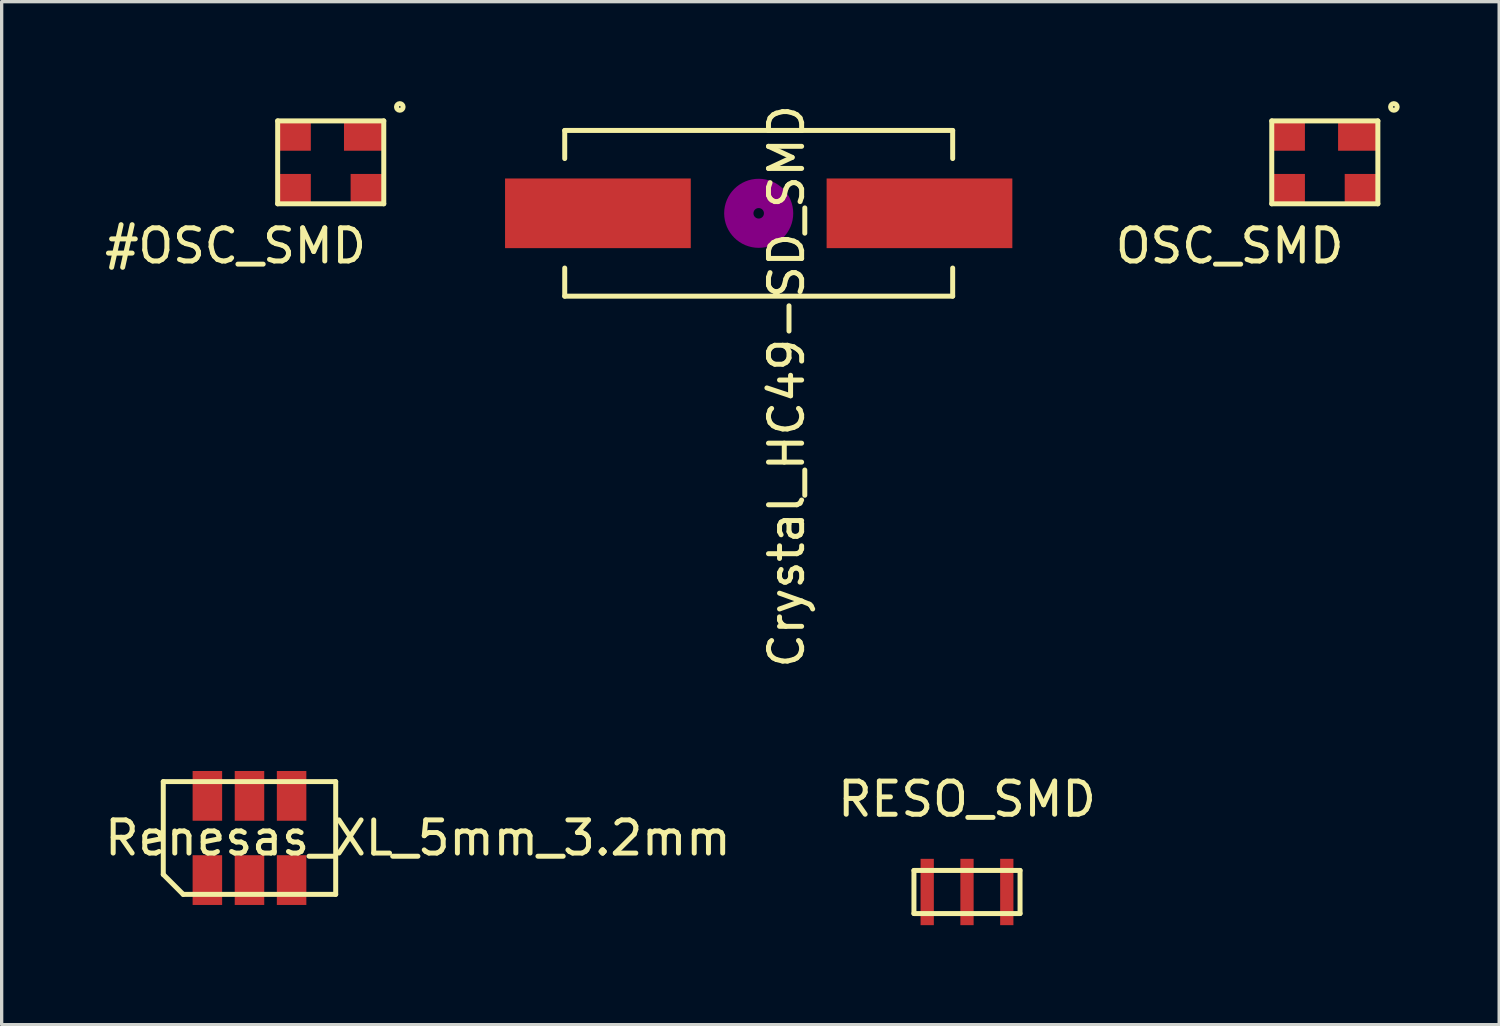
<source format=kicad_pcb>
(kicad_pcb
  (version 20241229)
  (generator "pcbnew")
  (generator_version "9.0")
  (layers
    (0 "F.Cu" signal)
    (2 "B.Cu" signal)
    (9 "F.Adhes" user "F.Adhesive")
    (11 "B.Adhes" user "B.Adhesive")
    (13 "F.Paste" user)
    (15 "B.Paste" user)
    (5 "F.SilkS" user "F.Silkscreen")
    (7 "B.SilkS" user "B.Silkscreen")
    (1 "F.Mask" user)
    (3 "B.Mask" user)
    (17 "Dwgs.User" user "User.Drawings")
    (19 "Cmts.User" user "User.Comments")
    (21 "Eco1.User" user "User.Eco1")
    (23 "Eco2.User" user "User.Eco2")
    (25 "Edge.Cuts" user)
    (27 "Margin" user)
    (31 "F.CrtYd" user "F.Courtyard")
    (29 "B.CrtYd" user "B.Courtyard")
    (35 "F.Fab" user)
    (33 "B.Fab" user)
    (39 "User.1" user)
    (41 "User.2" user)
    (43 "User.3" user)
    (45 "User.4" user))
  (footprint "Crystal_HC49-SD_SMD"
    (layer "F.Cu")
    (at 19.831 3.383)
    (property "Reference" "Crystal_HC49-SD_SMD" (at 0.84 5.218 90) (layer "F.SilkS") (effects (font (size 1 1) (thickness 0.15))))
    (attr smd)
    (fp_line (start -5.85 -2.499) (end -5.85 -1.651) (stroke (width 0.15) (type solid)) (layer "F.SilkS"))
    (fp_line (start -5.85 2.499) (end -5.85 1.651) (stroke (width 0.15) (type solid)) (layer "F.SilkS"))
    (fp_line (start -5.85 2.499) (end 5.85 2.499) (stroke (width 0.15) (type solid)) (layer "F.SilkS"))
    (fp_line (start 5.85 -2.499) (end -5.85 -2.499) (stroke (width 0.15) (type solid)) (layer "F.SilkS"))
    (fp_line (start 5.85 -2.499) (end 5.85 -1.651) (stroke (width 0.15) (type solid)) (layer "F.SilkS"))
    (fp_line (start 5.85 2.499) (end 5.85 1.651) (stroke (width 0.15) (type solid)) (layer "F.SilkS"))
    (fp_circle (center 0 0) (end 0.15 0.051) (stroke (width 0.381) (type solid)) (fill no) (layer "F.Adhes"))
    (fp_circle (center 0 0) (end 0.5 0) (stroke (width 0.381) (type solid)) (fill no) (layer "F.Adhes"))
    (fp_circle (center 0 0) (end 0.851 0) (stroke (width 0.381) (type solid)) (fill no) (layer "F.Adhes"))
    (pad "1" smd rect (at -4.849 0) (size 5.601 2.101) (layers "F.Cu" "F.Mask" "F.Paste"))
    (pad "2" smd rect (at 4.849 0) (size 5.601 2.101) (layers "F.Cu" "F.Mask" "F.Paste")))
  (footprint "OSC_SMD"
    (layer "F.Cu")
    (at 35.304 3.096)
    (property "Reference" "OSC_SMD" (at -1.27 1.27 0) (layer "F.SilkS") (effects (font (size 1 1) (thickness 0.15))))
    (attr through_hole)
    (fp_line (start 0 -2.5) (end 3.2 -2.5) (stroke (width 0.15) (type solid)) (layer "F.SilkS"))
    (fp_line (start 0 0) (end 0 -2.5) (stroke (width 0.15) (type solid)) (layer "F.SilkS"))
    (fp_line (start 3.2 -2.5) (end 3.2 0) (stroke (width 0.15) (type solid)) (layer "F.SilkS"))
    (fp_line (start 3.2 0) (end 0 0) (stroke (width 0.15) (type solid)) (layer "F.SilkS"))
    (fp_circle (center 3.683 -2.921) (end 3.683 -3.021) (stroke (width 0.15) (type solid)) (fill no) (layer "F.SilkS"))
    (pad "1" smd rect (at 2.6 -2.05 180) (size 1.2 0.9) (layers "F.Cu" "F.Mask" "F.Paste"))
    (pad "2" smd rect (at 0.5 -2.05) (size 1 0.9) (layers "F.Cu" "F.Mask" "F.Paste"))
    (pad "3" smd rect (at 2.7 -0.45) (size 1 0.9) (layers "F.Cu" "F.Mask" "F.Paste"))
    (pad "4" smd rect (at 0.5 -0.45) (size 1 0.9) (layers "F.Cu" "F.Mask" "F.Paste")))
  (footprint "RESO_SMD"
    (layer "F.Cu")
    (at 26.113 23.851)
    (property "Reference" "RESO_SMD" (at 0 -2.8 0) (layer "F.SilkS") (effects (font (size 1 1) (thickness 0.15))))
    (attr through_hole)
    (fp_line (start -1.6 -0.65) (end -1.6 0.65) (stroke (width 0.15) (type solid)) (layer "F.SilkS"))
    (fp_line (start -1.6 0.65) (end 1.6 0.65) (stroke (width 0.15) (type solid)) (layer "F.SilkS"))
    (fp_line (start 1.6 -0.65) (end -1.6 -0.65) (stroke (width 0.15) (type solid)) (layer "F.SilkS"))
    (fp_line (start 1.6 0.65) (end 1.6 -0.65) (stroke (width 0.15) (type solid)) (layer "F.SilkS"))
    (pad "1" smd rect (at -1.2 0) (size 0.4 2) (layers "F.Cu" "F.Mask" "F.Paste"))
    (pad "2" smd rect (at 1.2 0) (size 0.4 2) (layers "F.Cu" "F.Mask" "F.Paste"))
    (pad "3" smd rect (at 0 0) (size 0.4 2) (layers "F.Cu" "F.Mask" "F.Paste")))
  (footprint "#OSC_SMD"
    (layer "F.Cu")
    (at 5.324 3.096)
    (property "Reference" "#OSC_SMD" (at -1.27 1.27 0) (layer "F.SilkS") (effects (font (size 1 1) (thickness 0.15))))
    (attr through_hole)
    (fp_line (start 0 -2.5) (end 3.2 -2.5) (stroke (width 0.15) (type solid)) (layer "F.SilkS"))
    (fp_line (start 0 0) (end 0 -2.5) (stroke (width 0.15) (type solid)) (layer "F.SilkS"))
    (fp_line (start 3.2 -2.5) (end 3.2 0) (stroke (width 0.15) (type solid)) (layer "F.SilkS"))
    (fp_line (start 3.2 0) (end 0 0) (stroke (width 0.15) (type solid)) (layer "F.SilkS"))
    (fp_circle (center 3.683 -2.921) (end 3.683 -3.021) (stroke (width 0.15) (type solid)) (fill no) (layer "F.SilkS"))
    (pad "1" smd rect (at 2.6 -2.05 180) (size 1.2 0.9) (layers "F.Cu" "F.Mask" "F.Paste"))
    (pad "2" smd rect (at 0.5 -2.05) (size 1 0.9) (layers "F.Cu" "F.Mask" "F.Paste"))
    (pad "3" smd rect (at 2.7 -0.45) (size 1 0.9) (layers "F.Cu" "F.Mask" "F.Paste"))
    (pad "4" smd rect (at 0.5 -0.45) (size 1 0.9) (layers "F.Cu" "F.Mask" "F.Paste")))
  (footprint "Renesas_XL_5mm_3.2mm"
    (layer "F.Cu")
    (at 4.474 22.222)
    (property "Reference" "Renesas_XL_5mm_3.2mm" (at 5.08 0 0) (layer "F.SilkS") (effects (font (size 1 1) (thickness 0.15))))
    (attr through_hole)
    (fp_line (start -2.6 -1.7) (end 2.6 -1.7) (stroke (width 0.15) (type solid)) (layer "F.SilkS"))
    (fp_line (start -2.6 1.1) (end -2.6 -1.7) (stroke (width 0.15) (type solid)) (layer "F.SilkS"))
    (fp_line (start -2 1.7) (end -2.6 1.1) (stroke (width 0.15) (type solid)) (layer "F.SilkS"))
    (fp_line (start 2.6 -1.7) (end 2.6 1.7) (stroke (width 0.15) (type solid)) (layer "F.SilkS"))
    (fp_line (start 2.6 1.7) (end -2 1.7) (stroke (width 0.15) (type solid)) (layer "F.SilkS"))
    (pad "" smd rect (at 0 -1.27) (size 0.89 1.5) (layers "F.Cu" "F.Mask" "F.Paste"))
    (pad "" smd rect (at 0 1.27) (size 0.89 1.5) (layers "F.Cu" "F.Mask" "F.Paste"))
    (pad "1" smd rect (at -1.27 1.27) (size 0.89 1.5) (layers "F.Cu" "F.Mask" "F.Paste"))
    (pad "2" smd rect (at 1.27 1.27) (size 0.89 1.5) (layers "F.Cu" "F.Mask" "F.Paste"))
    (pad "3" smd rect (at 1.27 -1.27) (size 0.89 1.5) (layers "F.Cu" "F.Mask" "F.Paste"))
    (pad "4" smd rect (at -1.27 -1.27) (size 0.89 1.5) (layers "F.Cu" "F.Mask" "F.Paste")))
  (gr_rect
    (start -3 -3)
    (end 42.162 27.851)
    (stroke (width 0.1) (type default))
    (fill no)
    (layer "Edge.Cuts")))
</source>
